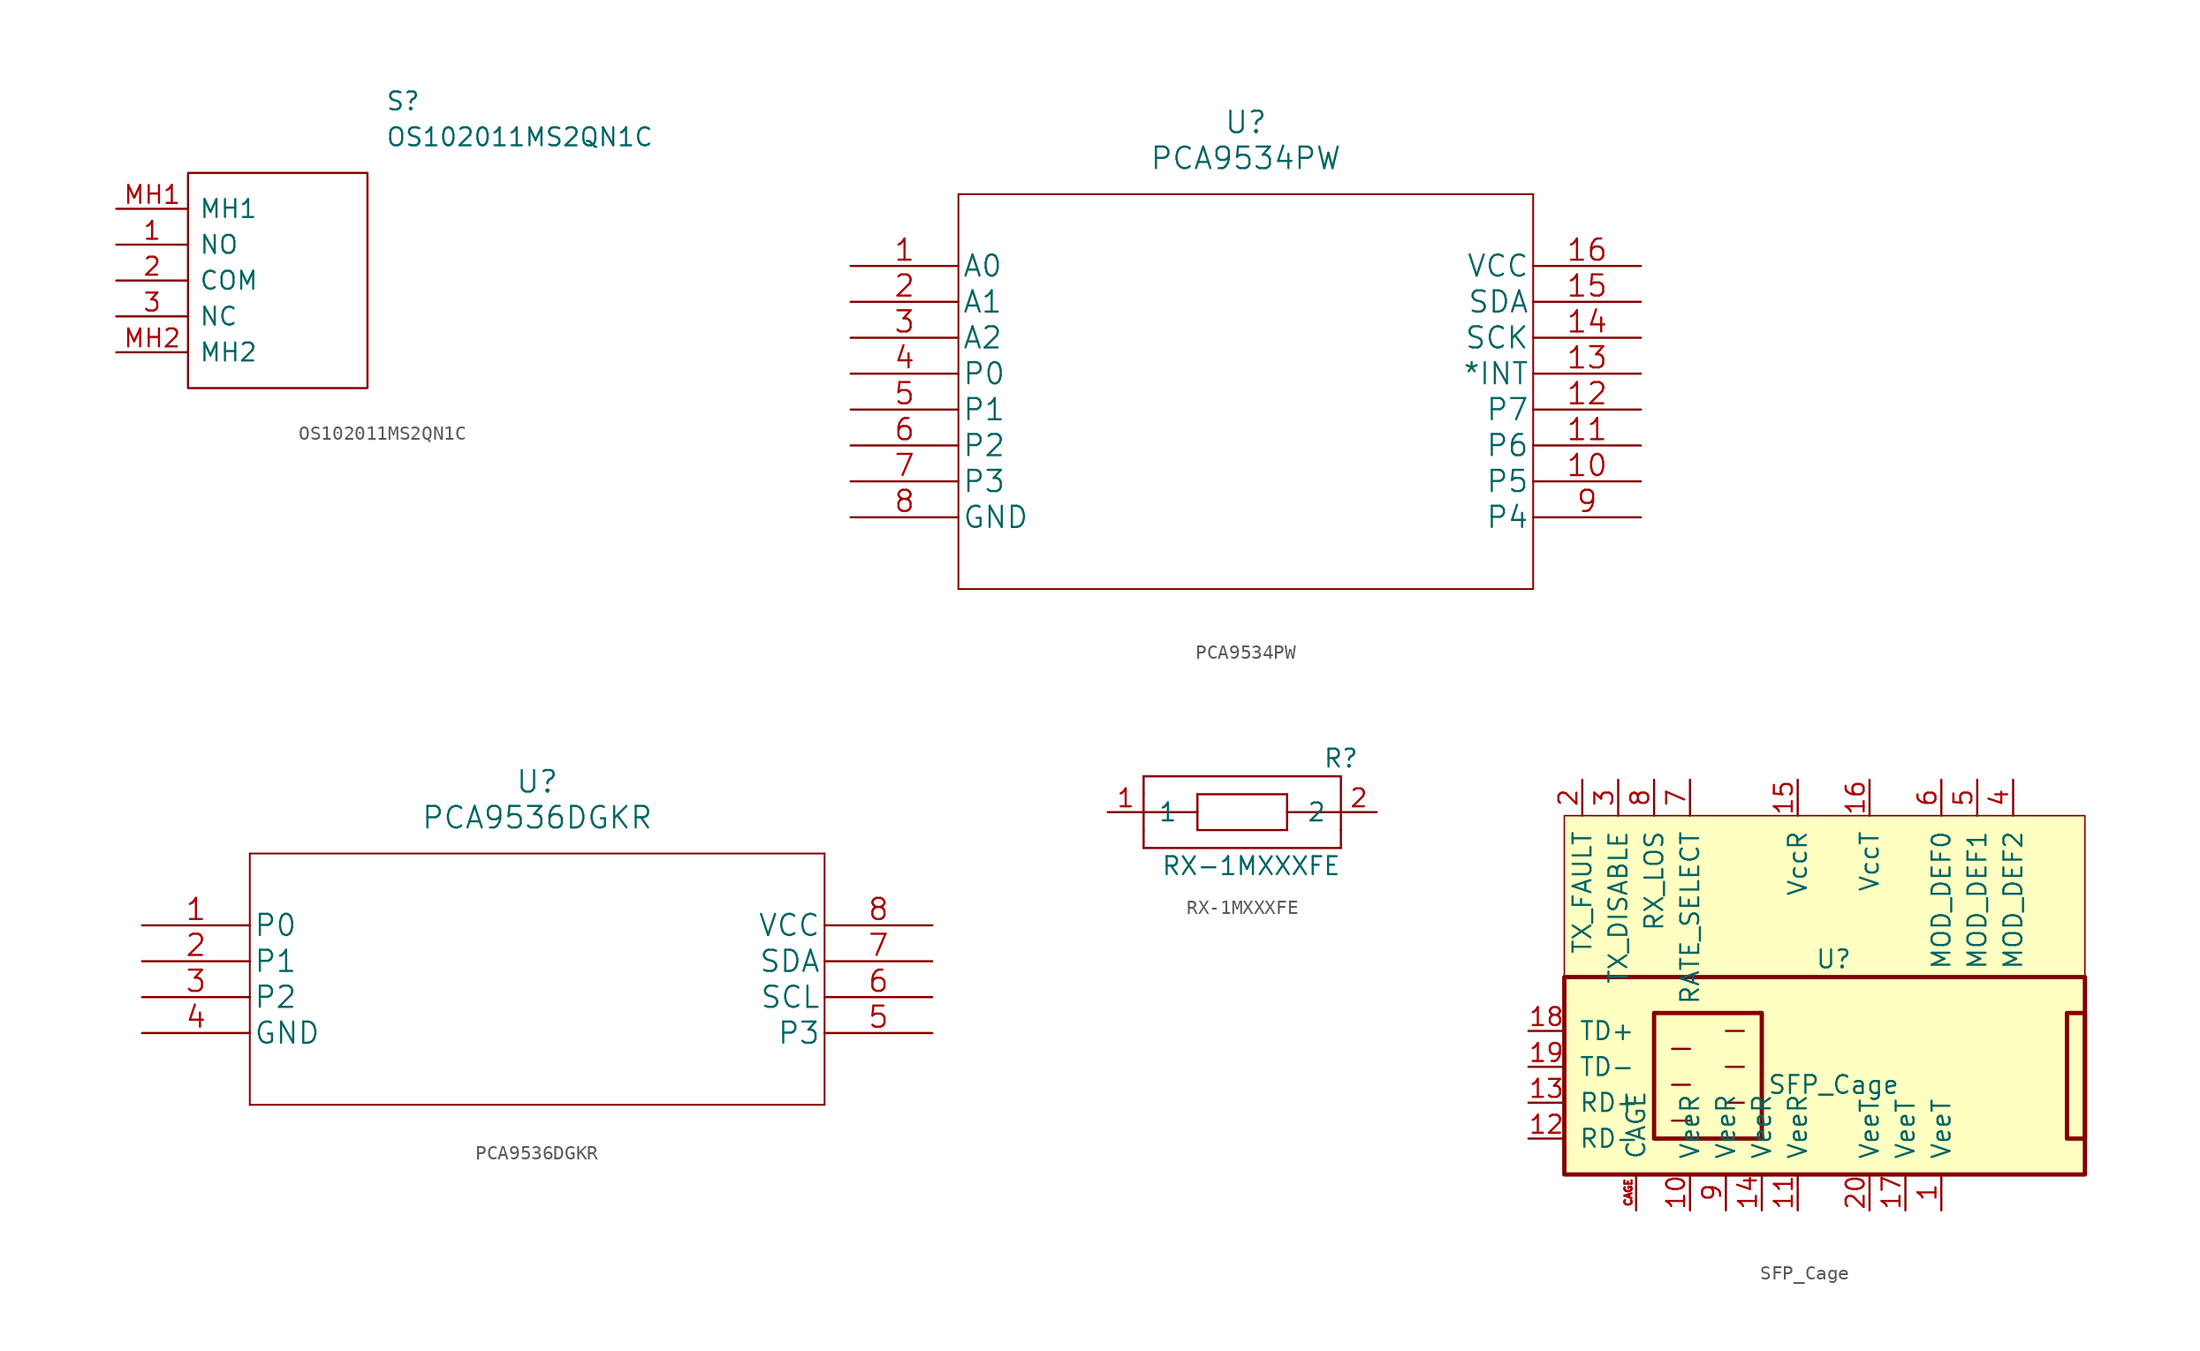
<source format=kicad_sym>
(kicad_symbol_lib
  (version 20211014)
  (generator kicad_symbol_editor)
  (symbol "OS102011MS2QN1C"
    (pin_names
      (offset 0.762))
    (property "Reference" "S"
      (at 19.05 7.62 0)
      (effects (font (size 1.27 1.27)) (justify left)))
    (property "Value" "OS102011MS2QN1C"
      (at 19.05 5.08 0)
      (effects (font (size 1.27 1.27)) (justify left)))
    (symbol "OS102011MS2QN1C_0_0"
      (pin passive line (at 0 -2.54 0) (length 5.08) (name "NO" (effects (font (size 1.27 1.27)))) (number "1" (effects (font (size 1.27 1.27)))))
      (pin passive line (at 0 -5.08 0) (length 5.08) (name "COM" (effects (font (size 1.27 1.27)))) (number "2" (effects (font (size 1.27 1.27)))))
      (pin passive line (at 0 -7.62 0) (length 5.08) (name "NC" (effects (font (size 1.27 1.27)))) (number "3" (effects (font (size 1.27 1.27)))))
      (pin passive line (at 0 0 0) (length 5.08) (name "MH1" (effects (font (size 1.27 1.27)))) (number "MH1" (effects (font (size 1.27 1.27)))))
      (pin passive line (at 0 -10.16 0) (length 5.08) (name "MH2" (effects (font (size 1.27 1.27)))) (number "MH2" (effects (font (size 1.27 1.27))))))
    (symbol "OS102011MS2QN1C_0_1"
      (polyline (pts (xy 5.08 2.54) (xy 17.78 2.54) (xy 17.78 -12.7) (xy 5.08 -12.7) (xy 5.08 2.54)) (stroke (width 0.152) (type default) (color 0 0 0 0)) (fill (type none)))))
  (symbol "PCA9534PW"
    (pin_names
      (offset 0.254))
    (property "Reference" "U"
      (at 27.94 10.16 0)
      (effects (font (size 1.524 1.524))))
    (property "Value" "PCA9534PW"
      (at 27.94 7.62 0)
      (effects (font (size 1.524 1.524))))
    (property "Datasheet" ""
      (at 0 0 0)
      (effects (font (size 1.524 1.524))))
    (property "ki_locked" ""
      (at 0 0 0)
      (effects (font (size 1.27 1.27))))
    (symbol "PCA9534PW_1_1"
      (polyline (pts (xy 7.62 -22.86) (xy 48.26 -22.86)) (stroke (width 0.127) (type default) (color 0 0 0 0)) (fill (type none)))
      (polyline (pts (xy 7.62 5.08) (xy 7.62 -22.86)) (stroke (width 0.127) (type default) (color 0 0 0 0)) (fill (type none)))
      (polyline (pts (xy 48.26 -22.86) (xy 48.26 5.08)) (stroke (width 0.127) (type default) (color 0 0 0 0)) (fill (type none)))
      (polyline (pts (xy 48.26 5.08) (xy 7.62 5.08)) (stroke (width 0.127) (type default) (color 0 0 0 0)) (fill (type none)))
      (pin input line (at 0 0 0) (length 7.62) (name "A0" (effects (font (size 1.499 1.499)))) (number "1" (effects (font (size 1.499 1.499)))))
      (pin bidirectional line (at 55.88 -15.24 180) (length 7.62) (name "P5" (effects (font (size 1.499 1.499)))) (number "10" (effects (font (size 1.499 1.499)))))
      (pin bidirectional line (at 55.88 -12.7 180) (length 7.62) (name "P6" (effects (font (size 1.499 1.499)))) (number "11" (effects (font (size 1.499 1.499)))))
      (pin bidirectional line (at 55.88 -10.16 180) (length 7.62) (name "P7" (effects (font (size 1.499 1.499)))) (number "12" (effects (font (size 1.499 1.499)))))
      (pin output line (at 55.88 -7.62 180) (length 7.62) (name "*INT" (effects (font (size 1.499 1.499)))) (number "13" (effects (font (size 1.499 1.499)))))
      (pin input line (at 55.88 -5.08 180) (length 7.62) (name "SCK" (effects (font (size 1.499 1.499)))) (number "14" (effects (font (size 1.499 1.499)))))
      (pin input line (at 55.88 -2.54 180) (length 7.62) (name "SDA" (effects (font (size 1.499 1.499)))) (number "15" (effects (font (size 1.499 1.499)))))
      (pin power_in line (at 55.88 0 180) (length 7.62) (name "VCC" (effects (font (size 1.499 1.499)))) (number "16" (effects (font (size 1.499 1.499)))))
      (pin input line (at 0 -2.54 0) (length 7.62) (name "A1" (effects (font (size 1.499 1.499)))) (number "2" (effects (font (size 1.499 1.499)))))
      (pin input line (at 0 -5.08 0) (length 7.62) (name "A2" (effects (font (size 1.499 1.499)))) (number "3" (effects (font (size 1.499 1.499)))))
      (pin bidirectional line (at 0 -7.62 0) (length 7.62) (name "P0" (effects (font (size 1.499 1.499)))) (number "4" (effects (font (size 1.499 1.499)))))
      (pin bidirectional line (at 0 -10.16 0) (length 7.62) (name "P1" (effects (font (size 1.499 1.499)))) (number "5" (effects (font (size 1.499 1.499)))))
      (pin bidirectional line (at 0 -12.7 0) (length 7.62) (name "P2" (effects (font (size 1.499 1.499)))) (number "6" (effects (font (size 1.499 1.499)))))
      (pin bidirectional line (at 0 -15.24 0) (length 7.62) (name "P3" (effects (font (size 1.499 1.499)))) (number "7" (effects (font (size 1.499 1.499)))))
      (pin power_in line (at 0 -17.78 0) (length 7.62) (name "GND" (effects (font (size 1.499 1.499)))) (number "8" (effects (font (size 1.499 1.499)))))
      (pin bidirectional line (at 55.88 -17.78 180) (length 7.62) (name "P4" (effects (font (size 1.499 1.499)))) (number "9" (effects (font (size 1.499 1.499)))))))
  (symbol "PCA9536DGKR"
    (pin_names
      (offset 0.254))
    (property "Reference" "U"
      (at 27.94 10.16 0)
      (effects (font (size 1.524 1.524))))
    (property "Value" "PCA9536DGKR"
      (at 27.94 7.62 0)
      (effects (font (size 1.524 1.524))))
    (property "Datasheet" ""
      (at 0 0 0)
      (effects (font (size 1.524 1.524))))
    (property "ki_locked" ""
      (at 0 0 0)
      (effects (font (size 1.27 1.27))))
    (symbol "PCA9536DGKR_1_1"
      (polyline (pts (xy 7.62 -12.7) (xy 48.26 -12.7)) (stroke (width 0.127) (type default) (color 0 0 0 0)) (fill (type none)))
      (polyline (pts (xy 7.62 5.08) (xy 7.62 -12.7)) (stroke (width 0.127) (type default) (color 0 0 0 0)) (fill (type none)))
      (polyline (pts (xy 48.26 -12.7) (xy 48.26 5.08)) (stroke (width 0.127) (type default) (color 0 0 0 0)) (fill (type none)))
      (polyline (pts (xy 48.26 5.08) (xy 7.62 5.08)) (stroke (width 0.127) (type default) (color 0 0 0 0)) (fill (type none)))
      (pin bidirectional line (at 0 0 0) (length 7.62) (name "P0" (effects (font (size 1.499 1.499)))) (number "1" (effects (font (size 1.499 1.499)))))
      (pin bidirectional line (at 0 -2.54 0) (length 7.62) (name "P1" (effects (font (size 1.499 1.499)))) (number "2" (effects (font (size 1.499 1.499)))))
      (pin bidirectional line (at 0 -5.08 0) (length 7.62) (name "P2" (effects (font (size 1.499 1.499)))) (number "3" (effects (font (size 1.499 1.499)))))
      (pin power_in line (at 0 -7.62 0) (length 7.62) (name "GND" (effects (font (size 1.499 1.499)))) (number "4" (effects (font (size 1.499 1.499)))))
      (pin bidirectional line (at 55.88 -7.62 180) (length 7.62) (name "P3" (effects (font (size 1.499 1.499)))) (number "5" (effects (font (size 1.499 1.499)))))
      (pin unspecified line (at 55.88 -5.08 180) (length 7.62) (name "SCL" (effects (font (size 1.499 1.499)))) (number "6" (effects (font (size 1.499 1.499)))))
      (pin unspecified line (at 55.88 -2.54 180) (length 7.62) (name "SDA" (effects (font (size 1.499 1.499)))) (number "7" (effects (font (size 1.499 1.499)))))
      (pin power_in line (at 55.88 0 180) (length 7.62) (name "VCC" (effects (font (size 1.499 1.499)))) (number "8" (effects (font (size 1.499 1.499)))))))
  (symbol "RX-1MXXXFE"
    (pin_names
      (offset 1.016))
    (property "Reference" "R"
      (at 6.35 7.62 0)
      (effects (font (size 1.27 1.27))))
    (property "Value" "RX-1MXXXFE"
      (at 0 0 0)
      (effects (font (size 1.27 1.27))))
    (symbol "RX-1MXXXFE_0_1"
      (rectangle (start -7.62 2.54) (end -7.62 1.27) (stroke (width 0) (type default) (color 0 0 0 0)) (fill (type none)))
      (rectangle (start -7.62 3.81) (end -7.62 2.54) (stroke (width 0) (type default) (color 0 0 0 0)) (fill (type none)))
      (rectangle (start -7.62 3.81) (end -7.62 5.08) (stroke (width 0) (type default) (color 0 0 0 0)) (fill (type none)))
      (rectangle (start -7.62 3.81) (end -3.81 3.81) (stroke (width 0) (type default) (color 0 0 0 0)) (fill (type none)))
      (rectangle (start -7.62 5.08) (end -7.62 6.35) (stroke (width 0) (type default) (color 0 0 0 0)) (fill (type none)))
      (rectangle (start -7.62 6.35) (end 6.35 6.35) (stroke (width 0) (type default) (color 0 0 0 0)) (fill (type none)))
      (rectangle (start -3.81 2.54) (end -3.81 5.08) (stroke (width 0) (type default) (color 0 0 0 0)) (fill (type none)))
      (rectangle (start -3.81 5.08) (end 2.54 5.08) (stroke (width 0) (type default) (color 0 0 0 0)) (fill (type none)))
      (rectangle (start 2.54 2.54) (end -3.81 2.54) (stroke (width 0) (type default) (color 0 0 0 0)) (fill (type none)))
      (rectangle (start 2.54 3.81) (end 6.35 3.81) (stroke (width 0) (type default) (color 0 0 0 0)) (fill (type none)))
      (rectangle (start 2.54 5.08) (end 2.54 2.54) (stroke (width 0) (type default) (color 0 0 0 0)) (fill (type none)))
      (rectangle (start 6.35 1.27) (end -7.62 1.27) (stroke (width 0) (type default) (color 0 0 0 0)) (fill (type none)))
      (rectangle (start 6.35 2.54) (end 6.35 1.27) (stroke (width 0) (type default) (color 0 0 0 0)) (fill (type none)))
      (rectangle (start 6.35 2.54) (end 6.35 6.35) (stroke (width 0) (type default) (color 0 0 0 0)) (fill (type none))))
    (symbol "RX-1MXXXFE_1_1"
      (pin passive line (at -10.16 3.81 0) (length 2.54) (name "1" (effects (font (size 1.27 1.27)))) (number "1" (effects (font (size 1.27 1.27)))))
      (pin passive line (at 8.89 3.81 180) (length 2.54) (name "2" (effects (font (size 1.27 1.27)))) (number "2" (effects (font (size 1.27 1.27)))))))
  (symbol "SFP_Cage"
    (pin_names
      (offset 1.016))
    (property "Reference" "U"
      (at 19.05 29.21 0)
      (effects (font (size 1.27 1.27))))
    (property "Value" "SFP_Cage"
      (at 19.05 20.32 0)
      (effects (font (size 1.27 1.27))))
    (symbol "SFP_Cage_0_1"
      (polyline (pts (xy 7.62 17.78) (xy 8.89 17.78)) (stroke (width 0) (type default) (color 0 0 0 0)) (fill (type none)))
      (polyline (pts (xy 7.62 20.32) (xy 8.89 20.32)) (stroke (width 0) (type default) (color 0 0 0 0)) (fill (type none)))
      (polyline (pts (xy 7.62 22.86) (xy 8.89 22.86)) (stroke (width 0) (type default) (color 0 0 0 0)) (fill (type none)))
      (polyline (pts (xy 11.43 19.05) (xy 12.7 19.05)) (stroke (width 0) (type default) (color 0 0 0 0)) (fill (type none)))
      (polyline (pts (xy 11.43 21.59) (xy 12.7 21.59)) (stroke (width 0) (type default) (color 0 0 0 0)) (fill (type none)))
      (polyline (pts (xy 11.43 24.13) (xy 12.7 24.13)) (stroke (width 0) (type default) (color 0 0 0 0)) (fill (type none)))
      (rectangle (start 0 27.94) (end 36.83 13.97) (stroke (width 0.305) (type default) (color 0 0 0 0)) (fill (type background)))
      (rectangle (start 0 27.94) (end 36.83 39.37) (stroke (width 0.102) (type default) (color 0 0 0 0)) (fill (type background)))
      (rectangle (start 6.35 25.4) (end 13.97 16.51) (stroke (width 0.305) (type default) (color 0 0 0 0)) (fill (type none)))
      (rectangle (start 36.83 25.4) (end 35.56 16.51) (stroke (width 0.305) (type default) (color 0 0 0 0)) (fill (type none))))
    (symbol "SFP_Cage_1_1"
      (pin power_in line (at 26.67 11.43 90) (length 2.54) (name "VeeT" (effects (font (size 1.27 1.27)))) (number "1" (effects (font (size 1.27 1.27)))))
      (pin power_in line (at 8.89 11.43 90) (length 2.54) (name "VeeR" (effects (font (size 1.27 1.27)))) (number "10" (effects (font (size 1.27 1.27)))))
      (pin passive line (at 16.51 11.43 90) (length 2.54) (name "VeeR" (effects (font (size 1.27 1.27)))) (number "11" (effects (font (size 1.27 1.27)))))
      (pin output line (at -2.54 16.51 0) (length 2.54) (name "RD-" (effects (font (size 1.27 1.27)))) (number "12" (effects (font (size 1.27 1.27)))))
      (pin output line (at -2.54 19.05 0) (length 2.54) (name "RD+" (effects (font (size 1.27 1.27)))) (number "13" (effects (font (size 1.27 1.27)))))
      (pin passive line (at 13.97 11.43 90) (length 2.54) (name "VeeR" (effects (font (size 1.27 1.27)))) (number "14" (effects (font (size 1.27 1.27)))))
      (pin power_in line (at 16.51 41.91 270) (length 2.54) (name "VccR" (effects (font (size 1.27 1.27)))) (number "15" (effects (font (size 1.27 1.27)))))
      (pin power_in line (at 21.59 41.91 270) (length 2.54) (name "VccT" (effects (font (size 1.27 1.27)))) (number "16" (effects (font (size 1.27 1.27)))))
      (pin passive line (at 24.13 11.43 90) (length 2.54) (name "VeeT" (effects (font (size 1.27 1.27)))) (number "17" (effects (font (size 1.27 1.27)))))
      (pin input line (at -2.54 24.13 0) (length 2.54) (name "TD+" (effects (font (size 1.27 1.27)))) (number "18" (effects (font (size 1.27 1.27)))))
      (pin input line (at -2.54 21.59 0) (length 2.54) (name "TD-" (effects (font (size 1.27 1.27)))) (number "19" (effects (font (size 1.27 1.27)))))
      (pin open_collector line (at 1.27 41.91 270) (length 2.54) (name "TX_FAULT" (effects (font (size 1.27 1.27)))) (number "2" (effects (font (size 1.27 1.27)))))
      (pin passive line (at 21.59 11.43 90) (length 2.54) (name "VeeT" (effects (font (size 1.27 1.27)))) (number "20" (effects (font (size 1.27 1.27)))))
      (pin input line (at 3.81 41.91 270) (length 2.54) (name "TX_DISABLE" (effects (font (size 1.27 1.27)))) (number "3" (effects (font (size 1.27 1.27)))))
      (pin bidirectional line (at 31.75 41.91 270) (length 2.54) (name "MOD_DEF2" (effects (font (size 1.27 1.27)))) (number "4" (effects (font (size 1.27 1.27)))))
      (pin input line (at 29.21 41.91 270) (length 2.54) (name "MOD_DEF1" (effects (font (size 1.27 1.27)))) (number "5" (effects (font (size 1.27 1.27)))))
      (pin passive line (at 26.67 41.91 270) (length 2.54) (name "MOD_DEF0" (effects (font (size 1.27 1.27)))) (number "6" (effects (font (size 1.27 1.27)))))
      (pin input line (at 8.89 41.91 270) (length 2.54) (name "RATE_SELECT" (effects (font (size 1.27 1.27)))) (number "7" (effects (font (size 1.27 1.27)))))
      (pin open_collector line (at 6.35 41.91 270) (length 2.54) (name "RX_LOS" (effects (font (size 1.27 1.27)))) (number "8" (effects (font (size 1.27 1.27)))))
      (pin passive line (at 11.43 11.43 90) (length 2.54) (name "VeeR" (effects (font (size 1.27 1.27)))) (number "9" (effects (font (size 1.27 1.27)))))
      (pin passive line (at 5.08 11.43 90) (length 2.54) (name "CAGE" (effects (font (size 1.27 1.27)))) (number "CAGE" (effects (font (size 0.508 0.508))))))))
</source>
